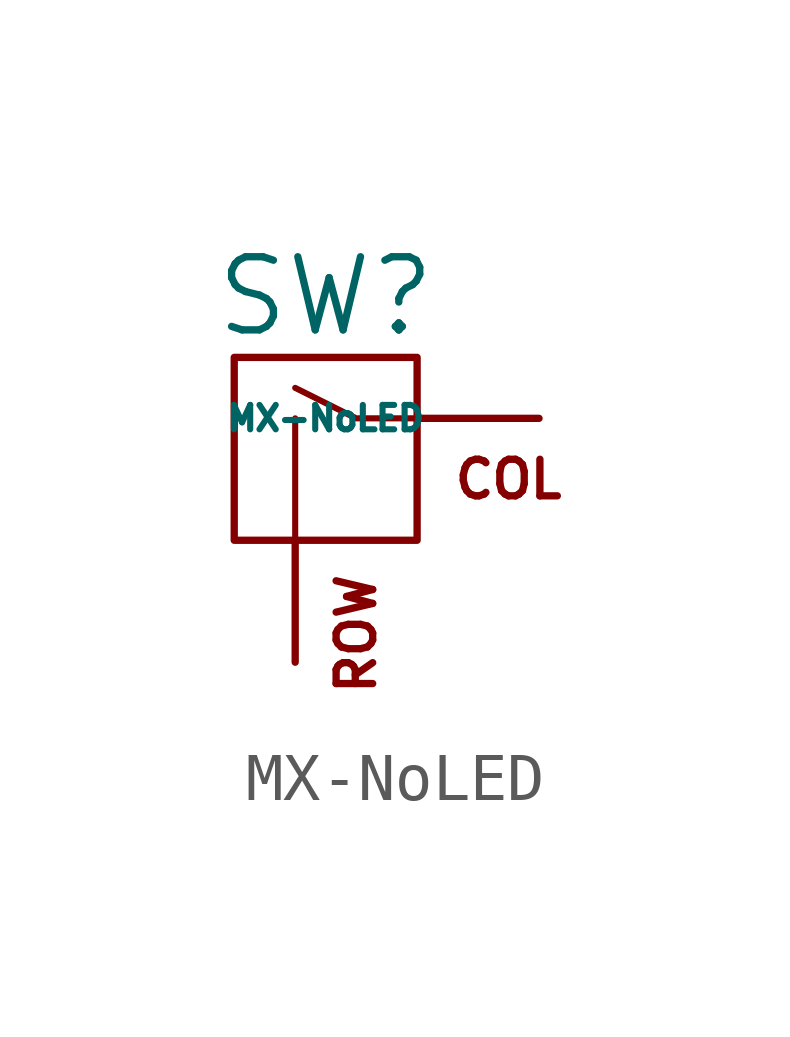
<source format=kicad_sym>
(kicad_symbol_lib
  (version 20211014)
  (generator kicad_symbol_editor)
  (symbol "MX-NoLED"
    (pin_names
      (offset 1.016))
    (property "Reference" "SW"
      (at -0.635 3.81 0)
      (effects (font (size 1.524 1.524))))
    (property "Value" "MX-NoLED"
      (at -0.635 1.27 0)
      (effects (font (size 0.508 0.508))))
    (symbol "MX-NoLED_0_0"
      (rectangle (start -2.54 2.54) (end 1.27 -1.27) (stroke (width 0) (type default) (color 0 0 0 0)) (fill (type none)))
      (polyline (pts (xy -1.27 -1.27) (xy -1.27 1.27)) (stroke (width 0.127) (type default) (color 0 0 0 0)) (fill (type none)))
      (polyline (pts (xy 1.27 1.27) (xy 0 1.27) (xy -1.27 1.905)) (stroke (width 0.127) (type default) (color 0 0 0 0)) (fill (type none)))
      (text "COL" (at 3.175 0 0) (effects (font (size 0.762 0.762))))
      (text "ROW" (at 0 -1.905 900) (effects (font (size 0.762 0.762)) (justify right))))
    (symbol "MX-NoLED_1_1"
      (pin passive line (at 3.81 1.27 180) (length 2.54) (name "COL" (effects (font (size 0 0)))) (number "1" (effects (font (size 0 0)))))
      (pin passive line (at -1.27 -3.81 90) (length 2.54) (name "ROW" (effects (font (size 0 0)))) (number "2" (effects (font (size 0 0))))))))
</source>
